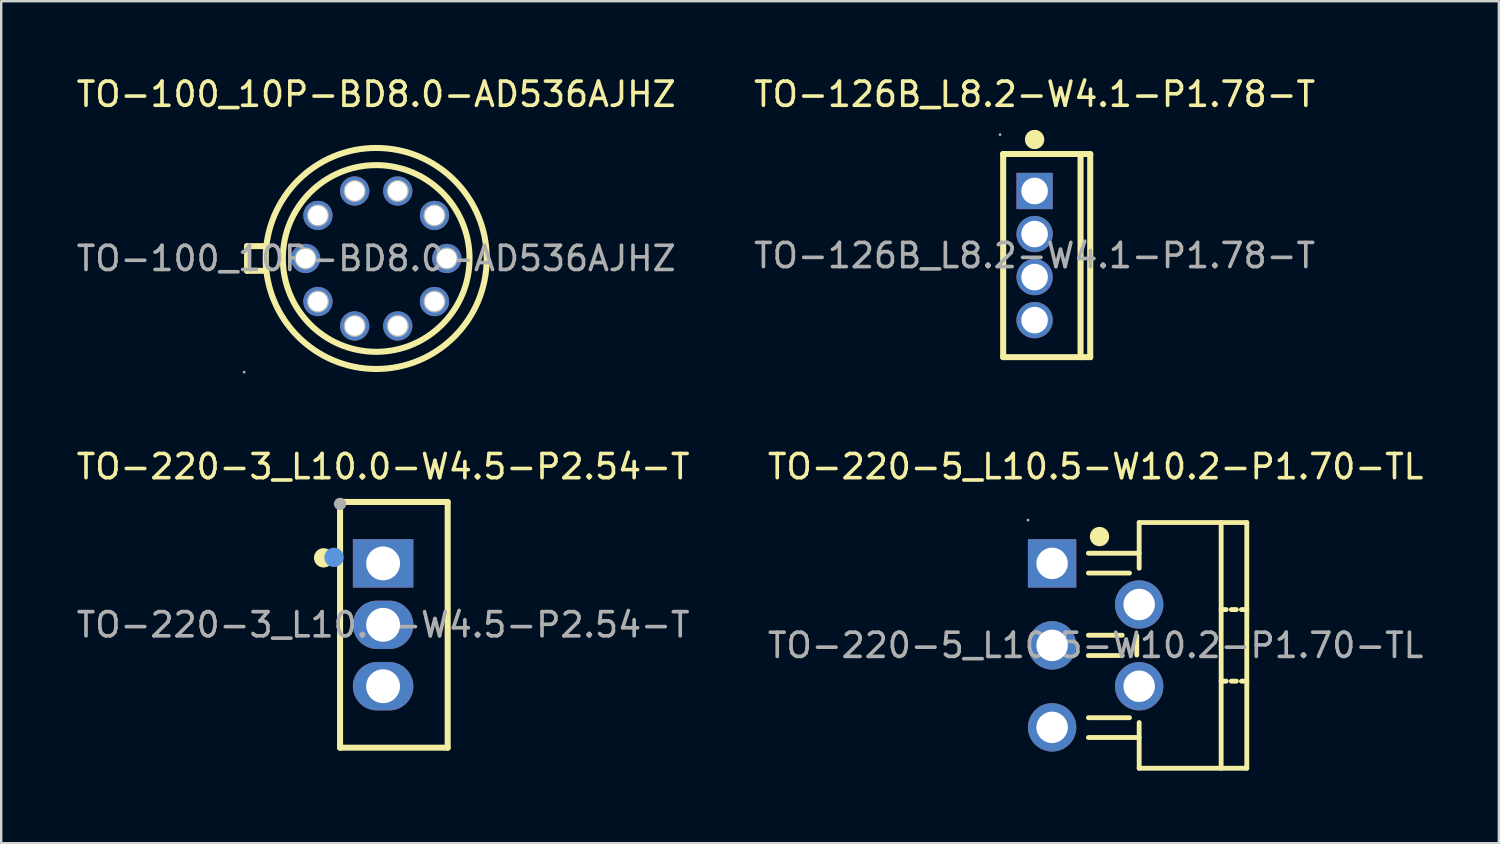
<source format=kicad_pcb>
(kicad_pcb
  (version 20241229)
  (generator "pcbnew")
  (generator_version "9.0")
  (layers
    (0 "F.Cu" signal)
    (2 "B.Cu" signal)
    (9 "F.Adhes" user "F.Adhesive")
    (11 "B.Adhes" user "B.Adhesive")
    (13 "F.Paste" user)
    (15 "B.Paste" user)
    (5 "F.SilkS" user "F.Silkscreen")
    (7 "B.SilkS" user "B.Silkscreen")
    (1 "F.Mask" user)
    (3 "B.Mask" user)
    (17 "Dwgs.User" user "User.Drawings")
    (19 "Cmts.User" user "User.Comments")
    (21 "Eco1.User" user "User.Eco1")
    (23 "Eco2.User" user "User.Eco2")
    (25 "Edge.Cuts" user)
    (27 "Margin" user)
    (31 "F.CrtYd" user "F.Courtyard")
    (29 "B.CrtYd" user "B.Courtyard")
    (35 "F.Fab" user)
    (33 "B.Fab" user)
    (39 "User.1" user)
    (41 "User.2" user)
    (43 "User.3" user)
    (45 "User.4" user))
  (footprint "TO-126B_L8.2-W4.1-P1.78-T"
    (layer "F.Cu")
    (at 39.732 7.518)
    (property "Reference" "TO-126B_L8.2-W4.1-P1.78-T" (at 0 -6.67 0) (layer "F.SilkS") (effects (font (size 1 1) (thickness 0.15))))
    (attr through_hole)
    (fp_line (start -1.3 -4.2) (end 2.3 -4.2) (stroke (width 0.25) (type solid)) (layer "F.SilkS"))
    (fp_line (start -1.3 4.2) (end -1.3 -4.2) (stroke (width 0.25) (type solid)) (layer "F.SilkS"))
    (fp_line (start 1.9 4.2) (end 1.9 -4.2) (stroke (width 0.25) (type solid)) (layer "F.SilkS"))
    (fp_line (start 2.3 -4.2) (end 2.3 4.2) (stroke (width 0.25) (type solid)) (layer "F.SilkS"))
    (fp_line (start 2.3 4.2) (end -1.3 4.2) (stroke (width 0.25) (type solid)) (layer "F.SilkS"))
    (fp_arc (start 0.2 -4.79) (mid -0.200188 -4.804988) (end 0.20025 -4.800027) (stroke (width 0.4) (type solid)) (layer "F.SilkS"))
    (fp_circle (center -1.43 -5) (end -1.4 -5) (stroke (width 0.06) (type solid)) (fill no) (layer "F.Fab"))
    (fp_circle (center 0 -2.67) (end 0.23 -2.67) (stroke (width 0.45) (type solid)) (fill no) (layer "F.Fab"))
    (fp_circle (center 0 -0.89) (end 0.23 -0.89) (stroke (width 0.45) (type solid)) (fill no) (layer "F.Fab"))
    (fp_circle (center 0 0.89) (end 0.23 0.89) (stroke (width 0.45) (type solid)) (fill no) (layer "F.Fab"))
    (fp_circle (center 0 2.67) (end 0.23 2.67) (stroke (width 0.45) (type solid)) (fill no) (layer "F.Fab"))
    (fp_text user "${REFERENCE}" (at 0 0 0) (layer "F.Fab") (effects (font (size 1 1) (thickness 0.15))))
    (pad "1" thru_hole rect (at 0 -2.67 180) (size 1.5 1.5) (drill 1.1) (layers "*.Cu" "*.Paste" "*.Mask"))
    (pad "2" thru_hole circle (at 0 -0.89 180) (size 1.5 1.5) (drill 1.1) (layers "*.Cu" "*.Paste" "*.Mask"))
    (pad "3" thru_hole circle (at 0 0.89 180) (size 1.5 1.5) (drill 1.1) (layers "*.Cu" "*.Paste" "*.Mask"))
    (pad "4" thru_hole circle (at 0 2.67 180) (size 1.5 1.5) (drill 1.1) (layers "*.Cu" "*.Paste" "*.Mask")))
  (footprint "TO-100_10P-BD8.0-AD536AJHZ"
    (layer "F.Cu")
    (at 12.506 7.638)
    (property "Reference" "TO-100_10P-BD8.0-AD536AJHZ" (at 0 -6.79 0) (layer "F.SilkS") (effects (font (size 1 1) (thickness 0.15))))
    (attr through_hole)
    (fp_line (start -5.34 -0.51) (end -5.34 0.51) (stroke (width 0.25) (type solid)) (layer "F.SilkS"))
    (fp_line (start -5.34 0.51) (end -4.57 0.51) (stroke (width 0.25) (type solid)) (layer "F.SilkS"))
    (fp_line (start -4.57 -0.51) (end -5.34 -0.51) (stroke (width 0.25) (type solid)) (layer "F.SilkS"))
    (fp_circle (center 0 0) (end 3.86 0) (stroke (width 0.25) (type solid)) (fill no) (layer "F.SilkS"))
    (fp_circle (center 0 0) (end 4.57 0) (stroke (width 0.25) (type solid)) (fill no) (layer "F.SilkS"))
    (fp_circle (center -5.46 4.7) (end -5.43 4.7) (stroke (width 0.06) (type solid)) (fill no) (layer "F.Fab"))
    (fp_circle (center -2.92 0) (end -2.77 0) (stroke (width 0.31) (type solid)) (fill no) (layer "F.Fab"))
    (fp_circle (center -2.41 -1.78) (end -2.26 -1.78) (stroke (width 0.31) (type solid)) (fill no) (layer "F.Fab"))
    (fp_circle (center -2.41 1.78) (end -2.26 1.78) (stroke (width 0.31) (type solid)) (fill no) (layer "F.Fab"))
    (fp_circle (center -0.89 -2.79) (end -0.74 -2.79) (stroke (width 0.31) (type solid)) (fill no) (layer "F.Fab"))
    (fp_circle (center -0.89 2.79) (end -0.74 2.79) (stroke (width 0.31) (type solid)) (fill no) (layer "F.Fab"))
    (fp_circle (center 0.89 -2.79) (end 1.04 -2.79) (stroke (width 0.31) (type solid)) (fill no) (layer "F.Fab"))
    (fp_circle (center 0.89 2.79) (end 1.04 2.79) (stroke (width 0.31) (type solid)) (fill no) (layer "F.Fab"))
    (fp_circle (center 2.41 -1.78) (end 2.56 -1.78) (stroke (width 0.31) (type solid)) (fill no) (layer "F.Fab"))
    (fp_circle (center 2.41 1.78) (end 2.56 1.78) (stroke (width 0.31) (type solid)) (fill no) (layer "F.Fab"))
    (fp_circle (center 2.92 0) (end 3.07 0) (stroke (width 0.31) (type solid)) (fill no) (layer "F.Fab"))
    (fp_text user "${REFERENCE}" (at 0 0 0) (layer "F.Fab") (effects (font (size 1 1) (thickness 0.15))))
    (pad "1" thru_hole circle (at -2.41 1.78) (size 1.21 1.21) (drill 0.813) (layers "*.Cu" "*.Paste" "*.Mask"))
    (pad "2" thru_hole circle (at -0.89 2.79) (size 1.21 1.21) (drill 0.813) (layers "*.Cu" "*.Paste" "*.Mask"))
    (pad "3" thru_hole circle (at 0.89 2.79) (size 1.21 1.21) (drill 0.813) (layers "*.Cu" "*.Paste" "*.Mask"))
    (pad "4" thru_hole circle (at 2.41 1.78) (size 1.21 1.21) (drill 0.813) (layers "*.Cu" "*.Paste" "*.Mask"))
    (pad "5" thru_hole circle (at 2.92 0) (size 1.21 1.21) (drill 0.813) (layers "*.Cu" "*.Paste" "*.Mask"))
    (pad "6" thru_hole circle (at 2.41 -1.78) (size 1.21 1.21) (drill 0.813) (layers "*.Cu" "*.Paste" "*.Mask"))
    (pad "7" thru_hole circle (at 0.89 -2.79) (size 1.21 1.21) (drill 0.813) (layers "*.Cu" "*.Paste" "*.Mask"))
    (pad "8" thru_hole circle (at -0.89 -2.79) (size 1.21 1.21) (drill 0.813) (layers "*.Cu" "*.Paste" "*.Mask"))
    (pad "9" thru_hole circle (at -2.41 -1.78) (size 1.21 1.21) (drill 0.813) (layers "*.Cu" "*.Paste" "*.Mask"))
    (pad "10" thru_hole circle (at -2.92 0) (size 1.21 1.21) (drill 0.813) (layers "*.Cu" "*.Paste" "*.Mask")))
  (footprint "TO-220-5_L10.5-W10.2-P1.70-TL"
    (layer "F.Cu")
    (at 42.256 23.637)
    (property "Reference" "TO-220-5_L10.5-W10.2-P1.70-TL" (at 0 -7.39 0) (layer "F.SilkS") (effects (font (size 1 1) (thickness 0.15))))
    (attr through_hole)
    (fp_line (start -0.3 -3.81) (end 1.8 -3.81) (stroke (width 0.2) (type solid)) (layer "F.SilkS"))
    (fp_line (start -0.3 -2.99) (end 1.4 -2.99) (stroke (width 0.2) (type solid)) (layer "F.SilkS"))
    (fp_line (start -0.3 -0.42) (end 1.1 -0.42) (stroke (width 0.2) (type solid)) (layer "F.SilkS"))
    (fp_line (start -0.3 0.42) (end 1.1 0.42) (stroke (width 0.2) (type solid)) (layer "F.SilkS"))
    (fp_line (start -0.3 2.99) (end 1.4 2.99) (stroke (width 0.2) (type solid)) (layer "F.SilkS"))
    (fp_line (start -0.3 3.81) (end 1.8 3.81) (stroke (width 0.2) (type solid)) (layer "F.SilkS"))
    (fp_line (start 1.7 0.4) (end 1.7 -0.4) (stroke (width 0.2) (type solid)) (layer "F.SilkS"))
    (fp_line (start 1.8 -5.08) (end 6.25 -5.08) (stroke (width 0.2) (type solid)) (layer "F.SilkS"))
    (fp_line (start 1.8 -3.19) (end 1.8 -5.08) (stroke (width 0.2) (type solid)) (layer "F.SilkS"))
    (fp_line (start 1.8 5.08) (end 1.8 3.19) (stroke (width 0.2) (type solid)) (layer "F.SilkS"))
    (fp_line (start 5.19 -1.48) (end 5.4 -1.48) (stroke (width 0.2) (type solid)) (layer "F.SilkS"))
    (fp_line (start 5.19 1.48) (end 5.4 1.48) (stroke (width 0.2) (type solid)) (layer "F.SilkS"))
    (fp_line (start 5.19 5.08) (end 5.19 -5.08) (stroke (width 0.2) (type solid)) (layer "F.SilkS"))
    (fp_line (start 5.61 -1.48) (end 5.82 -1.48) (stroke (width 0.2) (type solid)) (layer "F.SilkS"))
    (fp_line (start 5.61 1.48) (end 5.82 1.48) (stroke (width 0.2) (type solid)) (layer "F.SilkS"))
    (fp_line (start 6.03 -1.48) (end 6.25 -1.48) (stroke (width 0.2) (type solid)) (layer "F.SilkS"))
    (fp_line (start 6.03 1.48) (end 6.25 1.48) (stroke (width 0.2) (type solid)) (layer "F.SilkS"))
    (fp_line (start 6.25 -5.08) (end 6.25 5.08) (stroke (width 0.2) (type solid)) (layer "F.SilkS"))
    (fp_line (start 6.25 5.08) (end 1.8 5.08) (stroke (width 0.2) (type solid)) (layer "F.SilkS"))
    (fp_arc (start 0.16 -4.5) (mid 0.16 -4.5) (end 0.16 -4.5) (stroke (width 0.4) (type solid)) (layer "F.SilkS"))
    (fp_circle (center -2.8 -5.18) (end -2.77 -5.18) (stroke (width 0.06) (type solid)) (fill no) (layer "F.Fab"))
    (fp_circle (center -1.8 -3.39) (end -1.52 -3.39) (stroke (width 0.55) (type solid)) (fill no) (layer "F.Fab"))
    (fp_circle (center -1.8 0) (end -1.52 0) (stroke (width 0.55) (type solid)) (fill no) (layer "F.Fab"))
    (fp_circle (center -1.8 3.39) (end -1.52 3.39) (stroke (width 0.55) (type solid)) (fill no) (layer "F.Fab"))
    (fp_circle (center 1.8 -1.69) (end 2.08 -1.69) (stroke (width 0.55) (type solid)) (fill no) (layer "F.Fab"))
    (fp_circle (center 1.8 1.69) (end 2.08 1.69) (stroke (width 0.55) (type solid)) (fill no) (layer "F.Fab"))
    (fp_text user "${REFERENCE}" (at 0 0 0) (layer "F.Fab") (effects (font (size 1 1) (thickness 0.15))))
    (pad "1" thru_hole rect (at -1.8 -3.39 270) (size 2 2) (drill 1.3) (layers "*.Cu" "*.Paste" "*.Mask"))
    (pad "2" thru_hole circle (at 1.8 -1.69 270) (size 2 2) (drill 1.3) (layers "*.Cu" "*.Paste" "*.Mask"))
    (pad "3" thru_hole circle (at -1.8 0 270) (size 2 2) (drill 1.3) (layers "*.Cu" "*.Paste" "*.Mask"))
    (pad "4" thru_hole circle (at 1.8 1.69 270) (size 2 2) (drill 1.3) (layers "*.Cu" "*.Paste" "*.Mask"))
    (pad "5" thru_hole circle (at -1.8 3.39 270) (size 2 2) (drill 1.3) (layers "*.Cu" "*.Paste" "*.Mask")))
  (footprint "TO-220-3_L10.0-W4.5-P2.54-T"
    (layer "F.Cu")
    (at 12.792 22.787)
    (property "Reference" "TO-220-3_L10.0-W4.5-P2.54-T" (at 0 -6.54 0) (layer "F.SilkS") (effects (font (size 1 1) (thickness 0.15))))
    (attr through_hole)
    (fp_line (start -1.78 -4.95) (end -1.78 5.08) (stroke (width 0.25) (type solid)) (layer "F.SilkS"))
    (fp_line (start -1.78 5.08) (end 2.67 5.08) (stroke (width 0.25) (type solid)) (layer "F.SilkS"))
    (fp_line (start 2.67 -5.08) (end -1.78 -5.08) (stroke (width 0.25) (type solid)) (layer "F.SilkS"))
    (fp_line (start 2.67 5.08) (end 2.67 -5.08) (stroke (width 0.25) (type solid)) (layer "F.SilkS"))
    (fp_arc (start -2.46 -2.77) (mid -2.46 -2.77) (end -2.46 -2.77) (stroke (width 0.4) (type solid)) (layer "F.SilkS"))
    (fp_circle (center -2.03 -2.79) (end -1.83 -2.79) (stroke (width 0.4) (type solid)) (fill no) (layer "Cmts.User"))
    (fp_circle (center -1.78 -5) (end -1.65 -5) (stroke (width 0.25) (type solid)) (fill no) (layer "F.Fab"))
    (fp_circle (center 0 -2.54) (end 0.23 -2.54) (stroke (width 0.45) (type solid)) (fill no) (layer "F.Fab"))
    (fp_circle (center 0 0) (end 0.23 0) (stroke (width 0.45) (type solid)) (fill no) (layer "F.Fab"))
    (fp_circle (center 0 2.54) (end 0.23 2.54) (stroke (width 0.45) (type solid)) (fill no) (layer "F.Fab"))
    (fp_text user "${REFERENCE}" (at 0 0 0) (layer "F.Fab") (effects (font (size 1 1) (thickness 0.15))))
    (pad "1" thru_hole rect (at 0 -2.54 270) (size 2 2.5) (drill 1.4) (layers "*.Cu" "*.Paste" "*.Mask"))
    (pad "2" thru_hole oval (at 0 0 270) (size 2 2.5) (drill 1.4) (layers "*.Cu" "*.Paste" "*.Mask"))
    (pad "3" thru_hole oval (at 0 2.54 270) (size 2 2.5) (drill 1.4) (layers "*.Cu" "*.Paste" "*.Mask")))
  (gr_rect
    (start -3 -3)
    (end 58.929 31.817)
    (stroke (width 0.1) (type default))
    (fill no)
    (layer "Edge.Cuts")))
</source>
